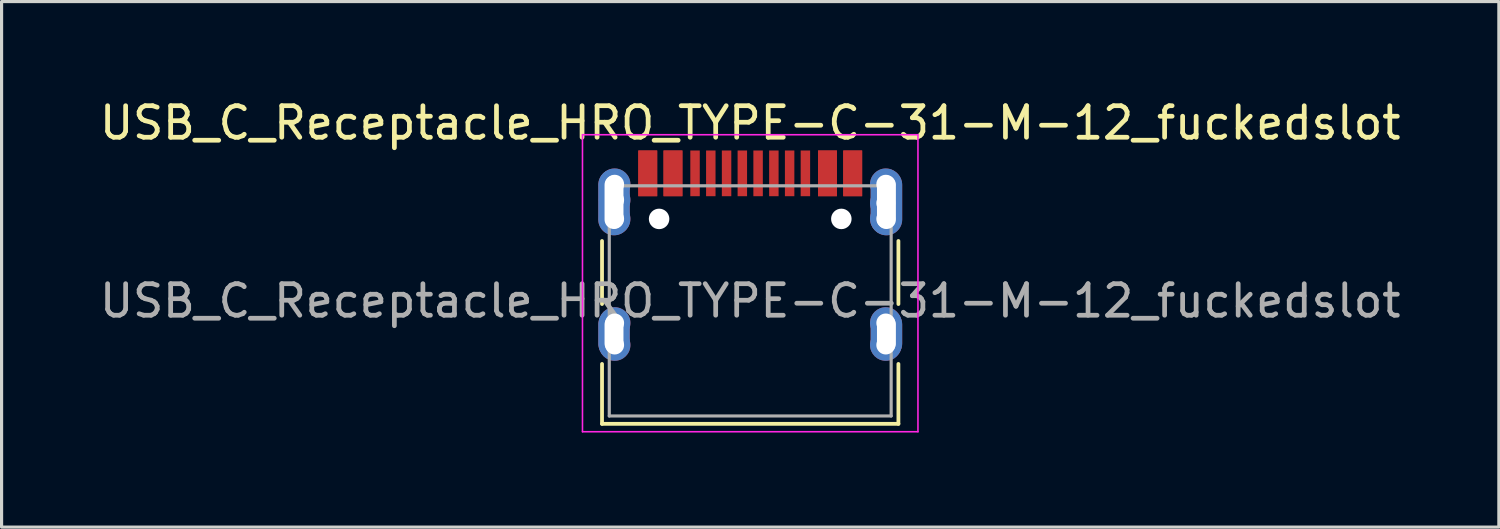
<source format=kicad_pcb>
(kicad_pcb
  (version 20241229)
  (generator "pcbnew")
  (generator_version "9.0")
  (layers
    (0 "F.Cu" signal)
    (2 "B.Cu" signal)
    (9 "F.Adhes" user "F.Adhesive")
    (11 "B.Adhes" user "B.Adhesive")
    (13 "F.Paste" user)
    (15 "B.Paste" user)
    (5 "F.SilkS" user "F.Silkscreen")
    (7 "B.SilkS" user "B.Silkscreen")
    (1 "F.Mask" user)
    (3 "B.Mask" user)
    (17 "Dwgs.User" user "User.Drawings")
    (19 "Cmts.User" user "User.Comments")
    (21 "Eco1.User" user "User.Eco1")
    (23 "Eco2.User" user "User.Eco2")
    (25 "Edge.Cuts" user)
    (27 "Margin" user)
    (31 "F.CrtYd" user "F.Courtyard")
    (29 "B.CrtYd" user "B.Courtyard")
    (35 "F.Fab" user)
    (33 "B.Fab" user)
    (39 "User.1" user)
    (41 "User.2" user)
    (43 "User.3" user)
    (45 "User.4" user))
  (footprint "USB_C_Receptacle_HRO_TYPE-C-31-M-12_fuckedslot"
    (layer "F.Cu")
    (at 20.744 6.493)
    (property "Reference" "USB_C_Receptacle_HRO_TYPE-C-31-M-12_fuckedslot" (at 0 -5.645 0) (layer "F.SilkS") (effects (font (size 1 1) (thickness 0.15))))
    (attr smd)
    (fp_line (start -4.7 -1.9) (end -4.7 0.1) (stroke (width 0.12) (type solid)) (layer "F.SilkS"))
    (fp_line (start -4.7 2) (end -4.7 3.9) (stroke (width 0.12) (type solid)) (layer "F.SilkS"))
    (fp_line (start -4.7 3.9) (end 4.7 3.9) (stroke (width 0.12) (type solid)) (layer "F.SilkS"))
    (fp_line (start 4.7 -1.9) (end 4.7 0.1) (stroke (width 0.12) (type solid)) (layer "F.SilkS"))
    (fp_line (start 4.7 2) (end 4.7 3.9) (stroke (width 0.12) (type solid)) (layer "F.SilkS"))
    (fp_line (start -5.32 -5.27) (end -5.32 4.15) (stroke (width 0.05) (type solid)) (layer "F.CrtYd"))
    (fp_line (start -5.32 -5.27) (end 5.32 -5.27) (stroke (width 0.05) (type solid)) (layer "F.CrtYd"))
    (fp_line (start -5.32 4.15) (end 5.32 4.15) (stroke (width 0.05) (type solid)) (layer "F.CrtYd"))
    (fp_line (start 5.32 -5.27) (end 5.32 4.15) (stroke (width 0.05) (type solid)) (layer "F.CrtYd"))
    (fp_line (start -4.47 -3.65) (end -4.47 3.65) (stroke (width 0.1) (type solid)) (layer "F.Fab"))
    (fp_line (start -4.47 -3.65) (end 4.47 -3.65) (stroke (width 0.1) (type solid)) (layer "F.Fab"))
    (fp_line (start -4.47 3.65) (end 4.47 3.65) (stroke (width 0.1) (type solid)) (layer "F.Fab"))
    (fp_line (start 4.47 -3.65) (end 4.47 3.65) (stroke (width 0.1) (type solid)) (layer "F.Fab"))
    (fp_text user "${REFERENCE}" (at 0 0 0) (layer "F.Fab") (effects (font (size 1 1) (thickness 0.15))))
    (pad "" np_thru_hole circle (at -2.89 -2.6) (size 0.65 0.65) (drill 0.65) (layers "*.Cu" "*.Mask"))
    (pad "" np_thru_hole circle (at 2.89 -2.6) (size 0.65 0.65) (drill 0.65) (layers "*.Cu" "*.Mask"))
    (pad "A1" smd rect (at -3.25 -4.045) (size 0.6 1.45) (layers "F.Cu" "F.Mask" "F.Paste"))
    (pad "A4" smd rect (at -2.45 -4.045) (size 0.6 1.45) (layers "F.Cu" "F.Mask" "F.Paste"))
    (pad "A5" smd rect (at -1.25 -4.045) (size 0.3 1.45) (layers "F.Cu" "F.Mask" "F.Paste"))
    (pad "A6" smd rect (at -0.25 -4.045) (size 0.3 1.45) (layers "F.Cu" "F.Mask" "F.Paste"))
    (pad "A7" smd rect (at 0.25 -4.045) (size 0.3 1.45) (layers "F.Cu" "F.Mask" "F.Paste"))
    (pad "A8" smd rect (at 1.25 -4.045) (size 0.3 1.45) (layers "F.Cu" "F.Mask" "F.Paste"))
    (pad "A9" smd rect (at 2.45 -4.045) (size 0.6 1.45) (layers "F.Cu" "F.Mask" "F.Paste"))
    (pad "A12" smd rect (at 3.25 -4.045) (size 0.6 1.45) (layers "F.Cu" "F.Mask" "F.Paste"))
    (pad "B1" smd rect (at 3.25 -4.045) (size 0.6 1.45) (layers "F.Cu" "F.Mask" "F.Paste"))
    (pad "B4" smd rect (at 2.45 -4.045) (size 0.6 1.45) (layers "F.Cu" "F.Mask" "F.Paste"))
    (pad "B5" smd rect (at 1.75 -4.045) (size 0.3 1.45) (layers "F.Cu" "F.Mask" "F.Paste"))
    (pad "B6" smd rect (at 0.75 -4.045) (size 0.3 1.45) (layers "F.Cu" "F.Mask" "F.Paste"))
    (pad "B7" smd rect (at -0.75 -4.045) (size 0.3 1.45) (layers "F.Cu" "F.Mask" "F.Paste"))
    (pad "B8" smd rect (at -1.75 -4.045) (size 0.3 1.45) (layers "F.Cu" "F.Mask" "F.Paste"))
    (pad "B9" smd rect (at -2.45 -4.045) (size 0.6 1.45) (layers "F.Cu" "F.Mask" "F.Paste"))
    (pad "B12" smd rect (at -3.25 -4.045) (size 0.6 1.45) (layers "F.Cu" "F.Mask" "F.Paste"))
    (pad "S1" thru_hole oval (at -4.32 -3.13) (size 1 2.1) (drill oval 0.6 1.7) (layers "*.Cu" "*.Mask"))
    (pad "S1" thru_hole oval (at -4.32 1.05) (size 1 1.6) (drill oval 0.6 1.2) (layers "*.Cu" "*.Mask"))
    (pad "S1" thru_hole circle (at -4.3 -3.7) (size 1 1) (drill 0.6) (layers "*.Cu" "*.Mask"))
    (pad "S1" thru_hole circle (at -4.3 -3.2) (size 1 1) (drill 0.6) (layers "*.Cu" "*.Mask"))
    (pad "S1" thru_hole circle (at -4.3 -2.6) (size 1 1) (drill 0.6) (layers "*.Cu" "*.Mask"))
    (pad "S1" thru_hole circle (at -4.3 0.7) (size 1 1) (drill 0.6) (layers "*.Cu" "*.Mask"))
    (pad "S1" thru_hole circle (at -4.3 1.4) (size 1 1) (drill 0.6) (layers "*.Cu" "*.Mask"))
    (pad "S1" thru_hole circle (at 4.3 -3.7) (size 1 1) (drill 0.6) (layers "*.Cu" "*.Mask"))
    (pad "S1" thru_hole circle (at 4.3 -3.1) (size 1 1) (drill 0.6) (layers "*.Cu" "*.Mask"))
    (pad "S1" thru_hole circle (at 4.3 -2.6) (size 1 1) (drill 0.6) (layers "*.Cu" "*.Mask"))
    (pad "S1" thru_hole circle (at 4.3 0.7) (size 1 1) (drill 0.6) (layers "*.Cu" "*.Mask"))
    (pad "S1" thru_hole circle (at 4.3 1.4) (size 1 1) (drill 0.6) (layers "*.Cu" "*.Mask"))
    (pad "S1" thru_hole oval (at 4.32 -3.13) (size 1 2.1) (drill oval 0.6 1.7) (layers "*.Cu" "*.Mask"))
    (pad "S1" thru_hole oval (at 4.32 1.05) (size 1 1.6) (drill oval 0.6 1.2) (layers "*.Cu" "*.Mask")))
  (gr_rect
    (start -3 -3)
    (end 44.488 13.668)
    (stroke (width 0.1) (type default))
    (fill no)
    (layer "Edge.Cuts")))
</source>
